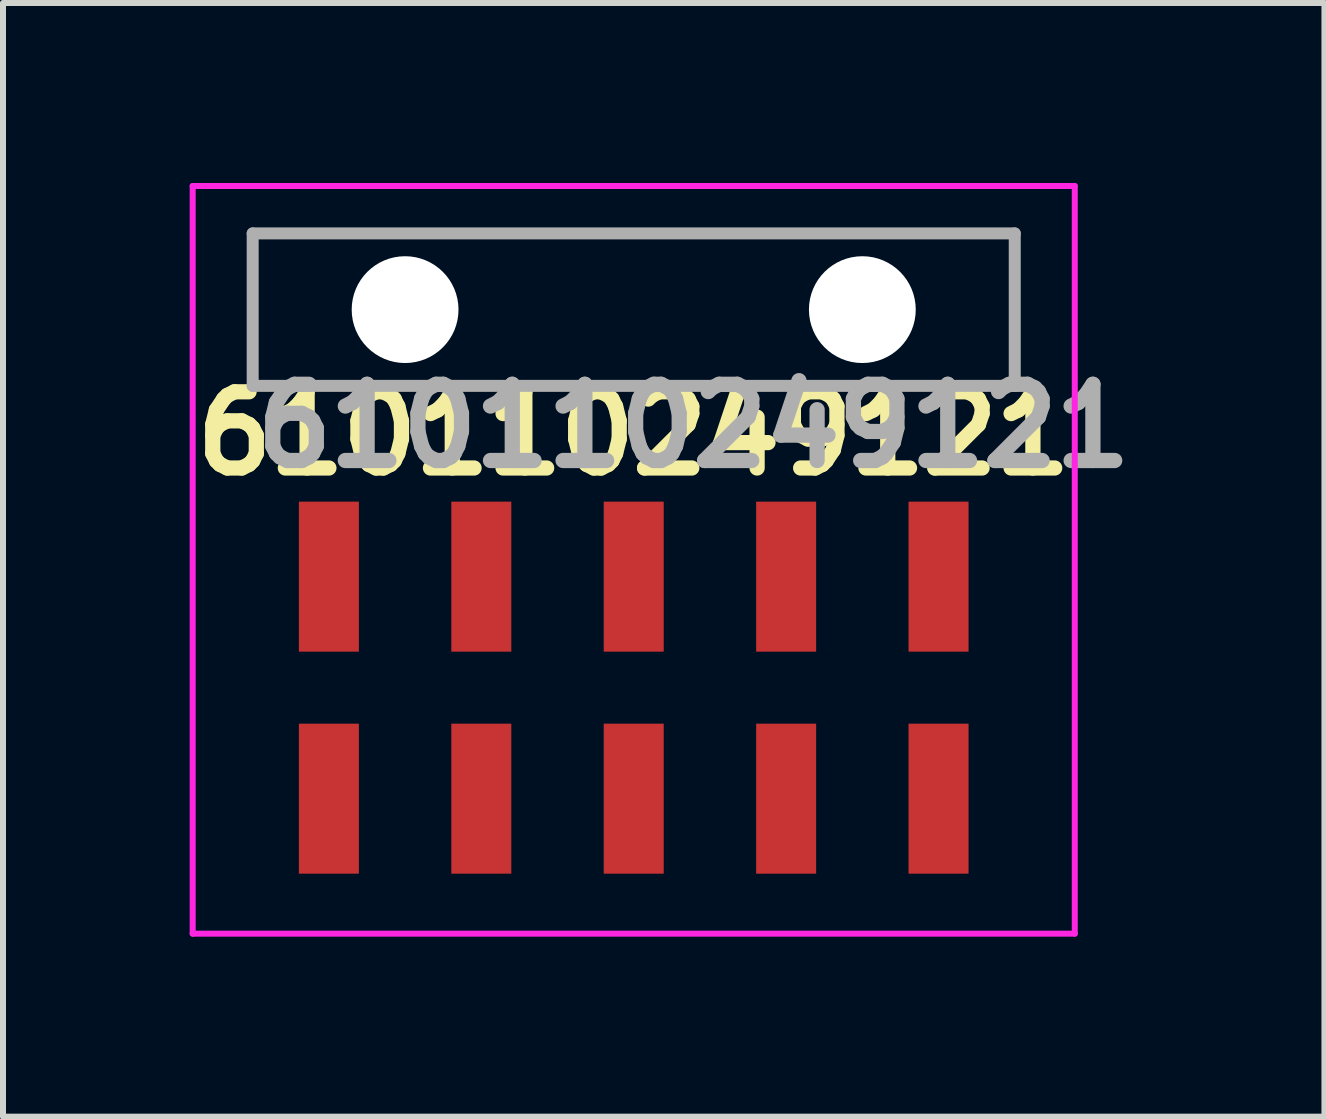
<source format=kicad_pcb>
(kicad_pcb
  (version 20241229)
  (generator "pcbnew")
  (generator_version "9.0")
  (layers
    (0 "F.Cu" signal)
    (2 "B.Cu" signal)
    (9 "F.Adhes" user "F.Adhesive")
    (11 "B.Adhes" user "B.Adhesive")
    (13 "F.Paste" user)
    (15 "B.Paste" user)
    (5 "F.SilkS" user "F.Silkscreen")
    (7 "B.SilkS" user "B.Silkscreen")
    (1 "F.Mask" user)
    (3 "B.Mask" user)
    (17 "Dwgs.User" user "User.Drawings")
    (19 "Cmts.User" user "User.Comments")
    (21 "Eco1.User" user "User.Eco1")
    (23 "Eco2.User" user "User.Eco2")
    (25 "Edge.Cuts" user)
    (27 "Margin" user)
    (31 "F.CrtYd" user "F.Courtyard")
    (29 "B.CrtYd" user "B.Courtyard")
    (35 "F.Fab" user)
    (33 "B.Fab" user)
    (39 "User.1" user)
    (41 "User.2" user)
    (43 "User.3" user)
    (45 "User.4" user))
  (footprint "610110249121"
    (layer "F.Cu")
    (at 7.511 3.55)
    (property "Reference" "610110249121" (at 0 0.625 0) (layer "F.SilkS") (effects (font (size 1.27 1.27) (thickness 0.254))))
    (attr through_hole)
    (fp_line (start -7.35 -3.5) (end 7.35 -3.5) (stroke (width 0.1) (type solid)) (layer "F.CrtYd"))
    (fp_line (start -7.35 8.96) (end -7.35 -3.5) (stroke (width 0.1) (type solid)) (layer "F.CrtYd"))
    (fp_line (start 7.35 -3.5) (end 7.35 8.96) (stroke (width 0.1) (type solid)) (layer "F.CrtYd"))
    (fp_line (start 7.35 8.96) (end -7.35 8.96) (stroke (width 0.1) (type solid)) (layer "F.CrtYd"))
    (fp_line (start -6.35 -2.71) (end 6.35 -2.71) (stroke (width 0.2) (type solid)) (layer "F.Fab"))
    (fp_line (start -6.35 -0.17) (end -6.35 -2.71) (stroke (width 0.2) (type solid)) (layer "F.Fab"))
    (fp_line (start 6.35 -2.71) (end 6.35 -0.17) (stroke (width 0.2) (type solid)) (layer "F.Fab"))
    (fp_line (start 6.35 -0.17) (end -6.35 -0.17) (stroke (width 0.2) (type solid)) (layer "F.Fab"))
    (fp_text user "${REFERENCE}" (at 1 0.5 0) (layer "F.Fab") (effects (font (size 1.27 1.27) (thickness 0.254))))
    (pad "" np_thru_hole circle (at -3.81 -1.44) (size 1.78 1.78) (drill 1.78) (layers "*.Cu" "*.Mask"))
    (pad "" np_thru_hole circle (at 3.81 -1.44) (size 1.78 1.78) (drill 1.78) (layers "*.Cu" "*.Mask"))
    (pad "1" smd rect (at -5.08 3.01) (size 1 2.5) (layers "F.Cu" "F.Mask" "F.Paste"))
    (pad "2" smd rect (at -5.08 6.71) (size 1 2.5) (layers "F.Cu" "F.Mask" "F.Paste"))
    (pad "3" smd rect (at -2.54 3.01) (size 1 2.5) (layers "F.Cu" "F.Mask" "F.Paste"))
    (pad "4" smd rect (at -2.54 6.71) (size 1 2.5) (layers "F.Cu" "F.Mask" "F.Paste"))
    (pad "5" smd rect (at 0 3.01) (size 1 2.5) (layers "F.Cu" "F.Mask" "F.Paste"))
    (pad "6" smd rect (at 0 6.71) (size 1 2.5) (layers "F.Cu" "F.Mask" "F.Paste"))
    (pad "7" smd rect (at 2.54 3.01) (size 1 2.5) (layers "F.Cu" "F.Mask" "F.Paste"))
    (pad "8" smd rect (at 2.54 6.71) (size 1 2.5) (layers "F.Cu" "F.Mask" "F.Paste"))
    (pad "9" smd rect (at 5.08 3.01) (size 1 2.5) (layers "F.Cu" "F.Mask" "F.Paste"))
    (pad "10" smd rect (at 5.08 6.71) (size 1 2.5) (layers "F.Cu" "F.Mask" "F.Paste")))
  (gr_rect
    (start -3 -3)
    (end 19.022 15.56)
    (stroke (width 0.1) (type default))
    (fill no)
    (layer "Edge.Cuts")))
</source>
